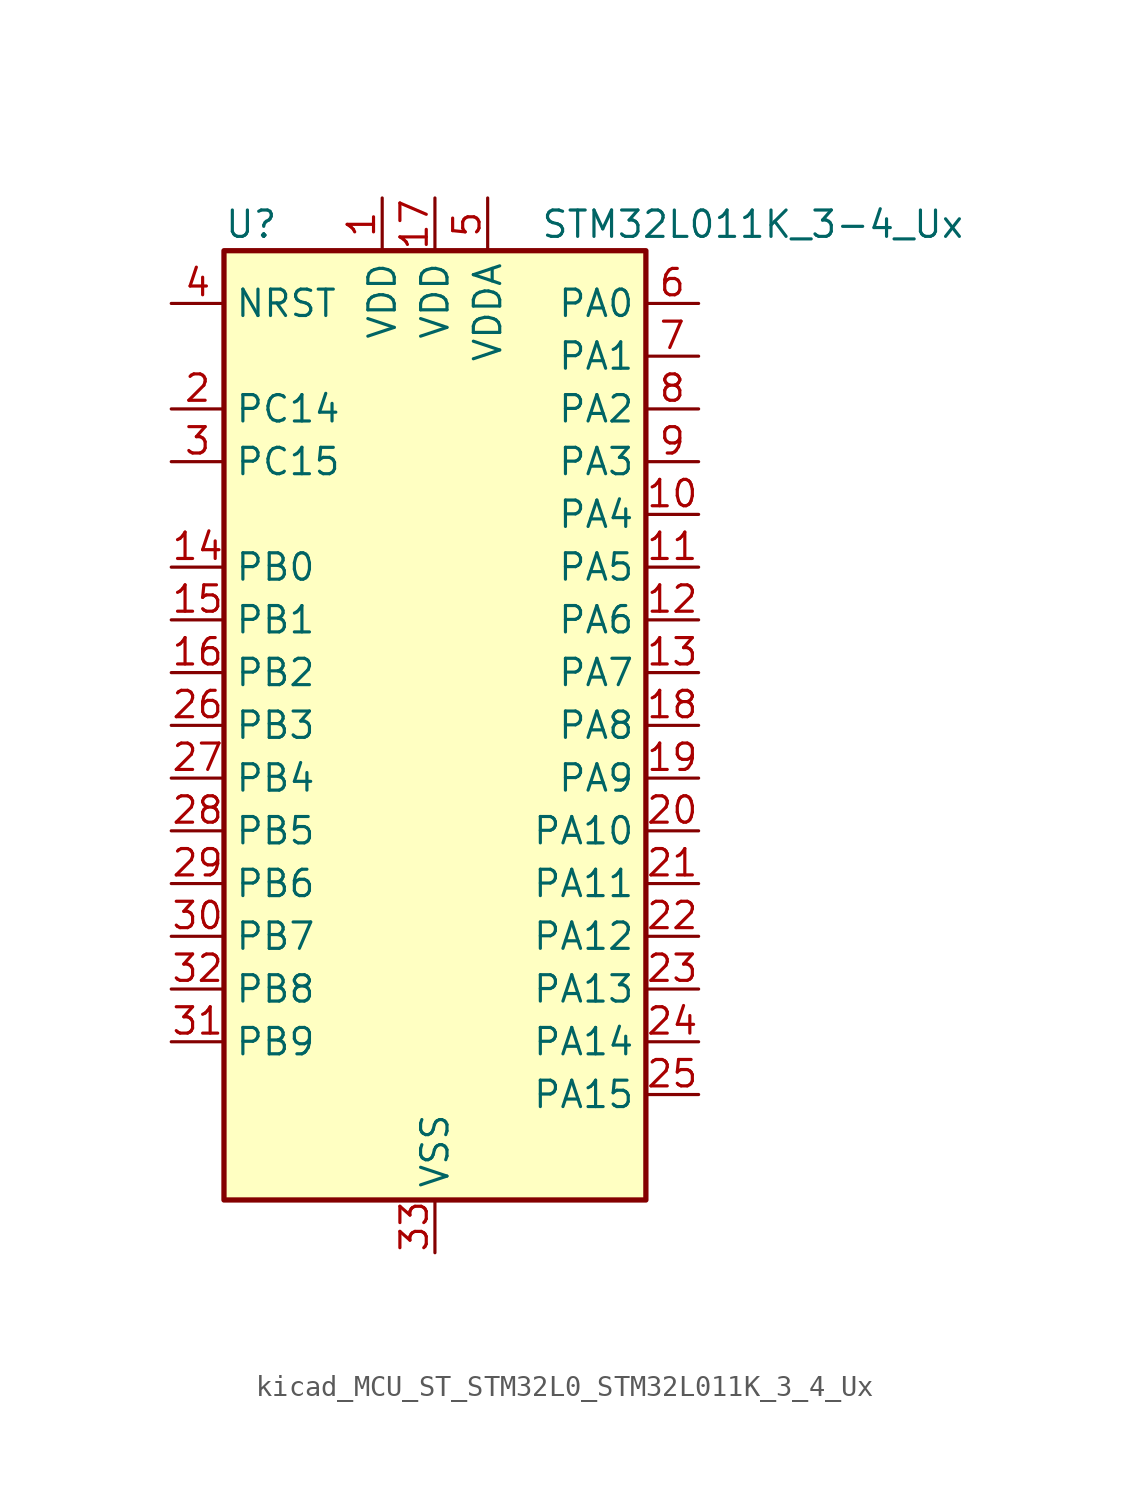
<source format=kicad_sym>
(kicad_symbol_lib
  (version 20220914)
  (generator kicad_symbol_editor)
  (symbol "kicad_MCU_ST_STM32L0_STM32L011K_3_4_Ux"
    (property "Reference" "U"
      (at -10.16 24.13 0)
      (effects (font (size 1.27 1.27)) (justify left)))
    (property "Value" "STM32L011K_3-4_Ux"
      (at 5.08 24.13 0)
      (effects (font (size 1.27 1.27)) (justify left)))
    (property "ki_locked" ""
      (at 0 0 0)
      (effects (font (size 1.27 1.27))))
    (symbol "kicad_MCU_ST_STM32L0_STM32L011K_3_4_Ux_0_1"
      (rectangle (start -10.16 -22.86) (end 10.16 22.86) (stroke (width 0.254) (type default)) (fill (type background))))
    (symbol "kicad_MCU_ST_STM32L0_STM32L011K_3_4_Ux_1_1"
      (pin power_in line (at -2.54 25.4 270) (length 2.54) (name "VDD" (effects (font (size 1.27 1.27)))) (number "1" (effects (font (size 1.27 1.27)))))
      (pin bidirectional line (at 12.7 10.16 180) (length 2.54) (name "PA4" (effects (font (size 1.27 1.27)))) (number "10" (effects (font (size 1.27 1.27)))) (alternate "ADC_IN4" bidirectional line) (alternate "COMP1_INM" bidirectional line) (alternate "COMP2_INM" bidirectional line) (alternate "COMP2_OUT" bidirectional line) (alternate "I2C1_SCL" bidirectional line) (alternate "LPTIM1_ETR" bidirectional line) (alternate "LPTIM1_IN1" bidirectional line) (alternate "LPUART1_TX" bidirectional line) (alternate "SPI1_NSS" bidirectional line) (alternate "TIM2_ETR" bidirectional line) (alternate "USART2_CK" bidirectional line))
      (pin bidirectional line (at 12.7 7.62 180) (length 2.54) (name "PA5" (effects (font (size 1.27 1.27)))) (number "11" (effects (font (size 1.27 1.27)))) (alternate "ADC_IN5" bidirectional line) (alternate "COMP1_INM" bidirectional line) (alternate "COMP2_INM" bidirectional line) (alternate "LPTIM1_IN2" bidirectional line) (alternate "SPI1_SCK" bidirectional line) (alternate "TIM2_CH1" bidirectional line) (alternate "TIM2_ETR" bidirectional line))
      (pin bidirectional line (at 12.7 5.08 180) (length 2.54) (name "PA6" (effects (font (size 1.27 1.27)))) (number "12" (effects (font (size 1.27 1.27)))) (alternate "ADC_IN6" bidirectional line) (alternate "COMP1_OUT" bidirectional line) (alternate "LPTIM1_ETR" bidirectional line) (alternate "LPUART1_CTS" bidirectional line) (alternate "SPI1_MISO" bidirectional line))
      (pin bidirectional line (at 12.7 2.54 180) (length 2.54) (name "PA7" (effects (font (size 1.27 1.27)))) (number "13" (effects (font (size 1.27 1.27)))) (alternate "ADC_IN7" bidirectional line) (alternate "COMP2_INP" bidirectional line) (alternate "COMP2_OUT" bidirectional line) (alternate "LPTIM1_OUT" bidirectional line) (alternate "SPI1_MOSI" bidirectional line) (alternate "TIM21_ETR" bidirectional line) (alternate "USART2_CTS" bidirectional line))
      (pin bidirectional line (at -12.7 7.62 0) (length 2.54) (name "PB0" (effects (font (size 1.27 1.27)))) (number "14" (effects (font (size 1.27 1.27)))) (alternate "ADC_IN8" bidirectional line) (alternate "SPI1_MISO" bidirectional line) (alternate "SYS_VREF_OUT_PB0" bidirectional line) (alternate "TIM2_CH2" bidirectional line) (alternate "TIM2_CH3" bidirectional line) (alternate "USART2_DE" bidirectional line) (alternate "USART2_RTS" bidirectional line))
      (pin bidirectional line (at -12.7 5.08 0) (length 2.54) (name "PB1" (effects (font (size 1.27 1.27)))) (number "15" (effects (font (size 1.27 1.27)))) (alternate "ADC_IN9" bidirectional line) (alternate "LPTIM1_IN1" bidirectional line) (alternate "LPUART1_DE" bidirectional line) (alternate "LPUART1_RTS" bidirectional line) (alternate "SPI1_MOSI" bidirectional line) (alternate "SYS_VREF_OUT_PB1" bidirectional line) (alternate "TIM2_CH4" bidirectional line) (alternate "USART2_CK" bidirectional line))
      (pin bidirectional line (at -12.7 2.54 0) (length 2.54) (name "PB2" (effects (font (size 1.27 1.27)))) (number "16" (effects (font (size 1.27 1.27)))) (alternate "LPTIM1_OUT" bidirectional line))
      (pin power_in line (at 0 25.4 270) (length 2.54) (name "VDD" (effects (font (size 1.27 1.27)))) (number "17" (effects (font (size 1.27 1.27)))))
      (pin bidirectional line (at 12.7 0 180) (length 2.54) (name "PA8" (effects (font (size 1.27 1.27)))) (number "18" (effects (font (size 1.27 1.27)))) (alternate "LPTIM1_IN1" bidirectional line) (alternate "RCC_MCO" bidirectional line) (alternate "TIM2_CH1" bidirectional line) (alternate "USART2_CK" bidirectional line))
      (pin bidirectional line (at 12.7 -2.54 180) (length 2.54) (name "PA9" (effects (font (size 1.27 1.27)))) (number "19" (effects (font (size 1.27 1.27)))) (alternate "COMP1_OUT" bidirectional line) (alternate "I2C1_SCL" bidirectional line) (alternate "LPTIM1_OUT" bidirectional line) (alternate "RCC_MCO" bidirectional line) (alternate "TIM21_CH2" bidirectional line) (alternate "USART2_TX" bidirectional line))
      (pin bidirectional line (at -12.7 15.24 0) (length 2.54) (name "PC14" (effects (font (size 1.27 1.27)))) (number "2" (effects (font (size 1.27 1.27)))) (alternate "RCC_OSC32_IN" bidirectional line))
      (pin bidirectional line (at 12.7 -5.08 180) (length 2.54) (name "PA10" (effects (font (size 1.27 1.27)))) (number "20" (effects (font (size 1.27 1.27)))) (alternate "COMP1_OUT" bidirectional line) (alternate "I2C1_SDA" bidirectional line) (alternate "RTC_REFIN" bidirectional line) (alternate "TIM21_CH1" bidirectional line) (alternate "TIM2_CH3" bidirectional line) (alternate "USART2_RX" bidirectional line))
      (pin bidirectional line (at 12.7 -7.62 180) (length 2.54) (name "PA11" (effects (font (size 1.27 1.27)))) (number "21" (effects (font (size 1.27 1.27)))) (alternate "ADC_EXTI11" bidirectional line) (alternate "COMP1_OUT" bidirectional line) (alternate "LPTIM1_OUT" bidirectional line) (alternate "SPI1_MISO" bidirectional line) (alternate "TIM21_CH2" bidirectional line) (alternate "USART2_CTS" bidirectional line))
      (pin bidirectional line (at 12.7 -10.16 180) (length 2.54) (name "PA12" (effects (font (size 1.27 1.27)))) (number "22" (effects (font (size 1.27 1.27)))) (alternate "COMP2_OUT" bidirectional line) (alternate "SPI1_MOSI" bidirectional line) (alternate "USART2_DE" bidirectional line) (alternate "USART2_RTS" bidirectional line))
      (pin bidirectional line (at 12.7 -12.7 180) (length 2.54) (name "PA13" (effects (font (size 1.27 1.27)))) (number "23" (effects (font (size 1.27 1.27)))) (alternate "COMP1_OUT" bidirectional line) (alternate "I2C1_SDA" bidirectional line) (alternate "LPTIM1_ETR" bidirectional line) (alternate "LPUART1_RX" bidirectional line) (alternate "SPI1_SCK" bidirectional line) (alternate "SYS_SWDIO" bidirectional line))
      (pin bidirectional line (at 12.7 -15.24 180) (length 2.54) (name "PA14" (effects (font (size 1.27 1.27)))) (number "24" (effects (font (size 1.27 1.27)))) (alternate "COMP2_OUT" bidirectional line) (alternate "I2C1_SMBA" bidirectional line) (alternate "LPTIM1_OUT" bidirectional line) (alternate "LPUART1_TX" bidirectional line) (alternate "SPI1_MISO" bidirectional line) (alternate "SYS_SWCLK" bidirectional line) (alternate "USART2_TX" bidirectional line))
      (pin bidirectional line (at 12.7 -17.78 180) (length 2.54) (name "PA15" (effects (font (size 1.27 1.27)))) (number "25" (effects (font (size 1.27 1.27)))) (alternate "SPI1_NSS" bidirectional line) (alternate "TIM2_CH1" bidirectional line) (alternate "TIM2_ETR" bidirectional line) (alternate "USART2_RX" bidirectional line))
      (pin bidirectional line (at -12.7 0 0) (length 2.54) (name "PB3" (effects (font (size 1.27 1.27)))) (number "26" (effects (font (size 1.27 1.27)))) (alternate "COMP2_INM" bidirectional line) (alternate "SPI1_SCK" bidirectional line) (alternate "TIM2_CH2" bidirectional line))
      (pin bidirectional line (at -12.7 -2.54 0) (length 2.54) (name "PB4" (effects (font (size 1.27 1.27)))) (number "27" (effects (font (size 1.27 1.27)))) (alternate "COMP2_INP" bidirectional line) (alternate "SPI1_MISO" bidirectional line))
      (pin bidirectional line (at -12.7 -5.08 0) (length 2.54) (name "PB5" (effects (font (size 1.27 1.27)))) (number "28" (effects (font (size 1.27 1.27)))) (alternate "COMP2_INP" bidirectional line) (alternate "I2C1_SMBA" bidirectional line) (alternate "LPTIM1_IN1" bidirectional line) (alternate "SPI1_MOSI" bidirectional line) (alternate "TIM21_CH1" bidirectional line))
      (pin bidirectional line (at -12.7 -7.62 0) (length 2.54) (name "PB6" (effects (font (size 1.27 1.27)))) (number "29" (effects (font (size 1.27 1.27)))) (alternate "COMP2_INP" bidirectional line) (alternate "I2C1_SCL" bidirectional line) (alternate "LPTIM1_ETR" bidirectional line) (alternate "LPUART1_TX" bidirectional line) (alternate "TIM2_CH3" bidirectional line) (alternate "USART2_TX" bidirectional line))
      (pin bidirectional line (at -12.7 12.7 0) (length 2.54) (name "PC15" (effects (font (size 1.27 1.27)))) (number "3" (effects (font (size 1.27 1.27)))) (alternate "RCC_OSC32_OUT" bidirectional line))
      (pin bidirectional line (at -12.7 -10.16 0) (length 2.54) (name "PB7" (effects (font (size 1.27 1.27)))) (number "30" (effects (font (size 1.27 1.27)))) (alternate "COMP2_INP" bidirectional line) (alternate "I2C1_SDA" bidirectional line) (alternate "LPTIM1_IN2" bidirectional line) (alternate "LPUART1_RX" bidirectional line) (alternate "SYS_PVD_IN" bidirectional line) (alternate "TIM2_CH4" bidirectional line) (alternate "USART2_RX" bidirectional line))
      (pin bidirectional line (at -12.7 -15.24 0) (length 2.54) (name "PB9" (effects (font (size 1.27 1.27)))) (number "31" (effects (font (size 1.27 1.27)))))
      (pin bidirectional line (at -12.7 -12.7 0) (length 2.54) (name "PB8" (effects (font (size 1.27 1.27)))) (number "32" (effects (font (size 1.27 1.27)))) (alternate "I2C1_SCL" bidirectional line) (alternate "SPI1_NSS" bidirectional line) (alternate "USART2_TX" bidirectional line))
      (pin power_in line (at 0 -25.4 90) (length 2.54) (name "VSS" (effects (font (size 1.27 1.27)))) (number "33" (effects (font (size 1.27 1.27)))))
      (pin input line (at -12.7 20.32 0) (length 2.54) (name "NRST" (effects (font (size 1.27 1.27)))) (number "4" (effects (font (size 1.27 1.27)))))
      (pin power_in line (at 2.54 25.4 270) (length 2.54) (name "VDDA" (effects (font (size 1.27 1.27)))) (number "5" (effects (font (size 1.27 1.27)))))
      (pin bidirectional line (at 12.7 20.32 180) (length 2.54) (name "PA0" (effects (font (size 1.27 1.27)))) (number "6" (effects (font (size 1.27 1.27)))) (alternate "ADC_IN0" bidirectional line) (alternate "COMP1_INM" bidirectional line) (alternate "COMP1_OUT" bidirectional line) (alternate "LPTIM1_IN1" bidirectional line) (alternate "LPUART1_RX" bidirectional line) (alternate "RCC_CK_IN" bidirectional line) (alternate "RTC_TAMP2" bidirectional line) (alternate "SYS_WKUP1" bidirectional line) (alternate "TIM2_CH1" bidirectional line) (alternate "TIM2_ETR" bidirectional line) (alternate "USART2_CTS" bidirectional line) (alternate "USART2_RX" bidirectional line))
      (pin bidirectional line (at 12.7 17.78 180) (length 2.54) (name "PA1" (effects (font (size 1.27 1.27)))) (number "7" (effects (font (size 1.27 1.27)))) (alternate "ADC_IN1" bidirectional line) (alternate "COMP1_INP" bidirectional line) (alternate "I2C1_SMBA" bidirectional line) (alternate "LPTIM1_IN2" bidirectional line) (alternate "LPUART1_TX" bidirectional line) (alternate "TIM21_ETR" bidirectional line) (alternate "TIM2_CH2" bidirectional line) (alternate "USART2_DE" bidirectional line) (alternate "USART2_RTS" bidirectional line))
      (pin bidirectional line (at 12.7 15.24 180) (length 2.54) (name "PA2" (effects (font (size 1.27 1.27)))) (number "8" (effects (font (size 1.27 1.27)))) (alternate "ADC_IN2" bidirectional line) (alternate "COMP2_INM" bidirectional line) (alternate "COMP2_OUT" bidirectional line) (alternate "LPUART1_TX" bidirectional line) (alternate "RTC_OUT_ALARM" bidirectional line) (alternate "RTC_OUT_CALIB" bidirectional line) (alternate "RTC_TAMP3" bidirectional line) (alternate "RTC_TS" bidirectional line) (alternate "SYS_WKUP3" bidirectional line) (alternate "TIM21_CH1" bidirectional line) (alternate "TIM2_CH3" bidirectional line) (alternate "USART2_TX" bidirectional line))
      (pin bidirectional line (at 12.7 12.7 180) (length 2.54) (name "PA3" (effects (font (size 1.27 1.27)))) (number "9" (effects (font (size 1.27 1.27)))) (alternate "ADC_IN3" bidirectional line) (alternate "COMP2_INP" bidirectional line) (alternate "LPUART1_RX" bidirectional line) (alternate "TIM21_CH2" bidirectional line) (alternate "TIM2_CH4" bidirectional line) (alternate "USART2_RX" bidirectional line)))))
</source>
